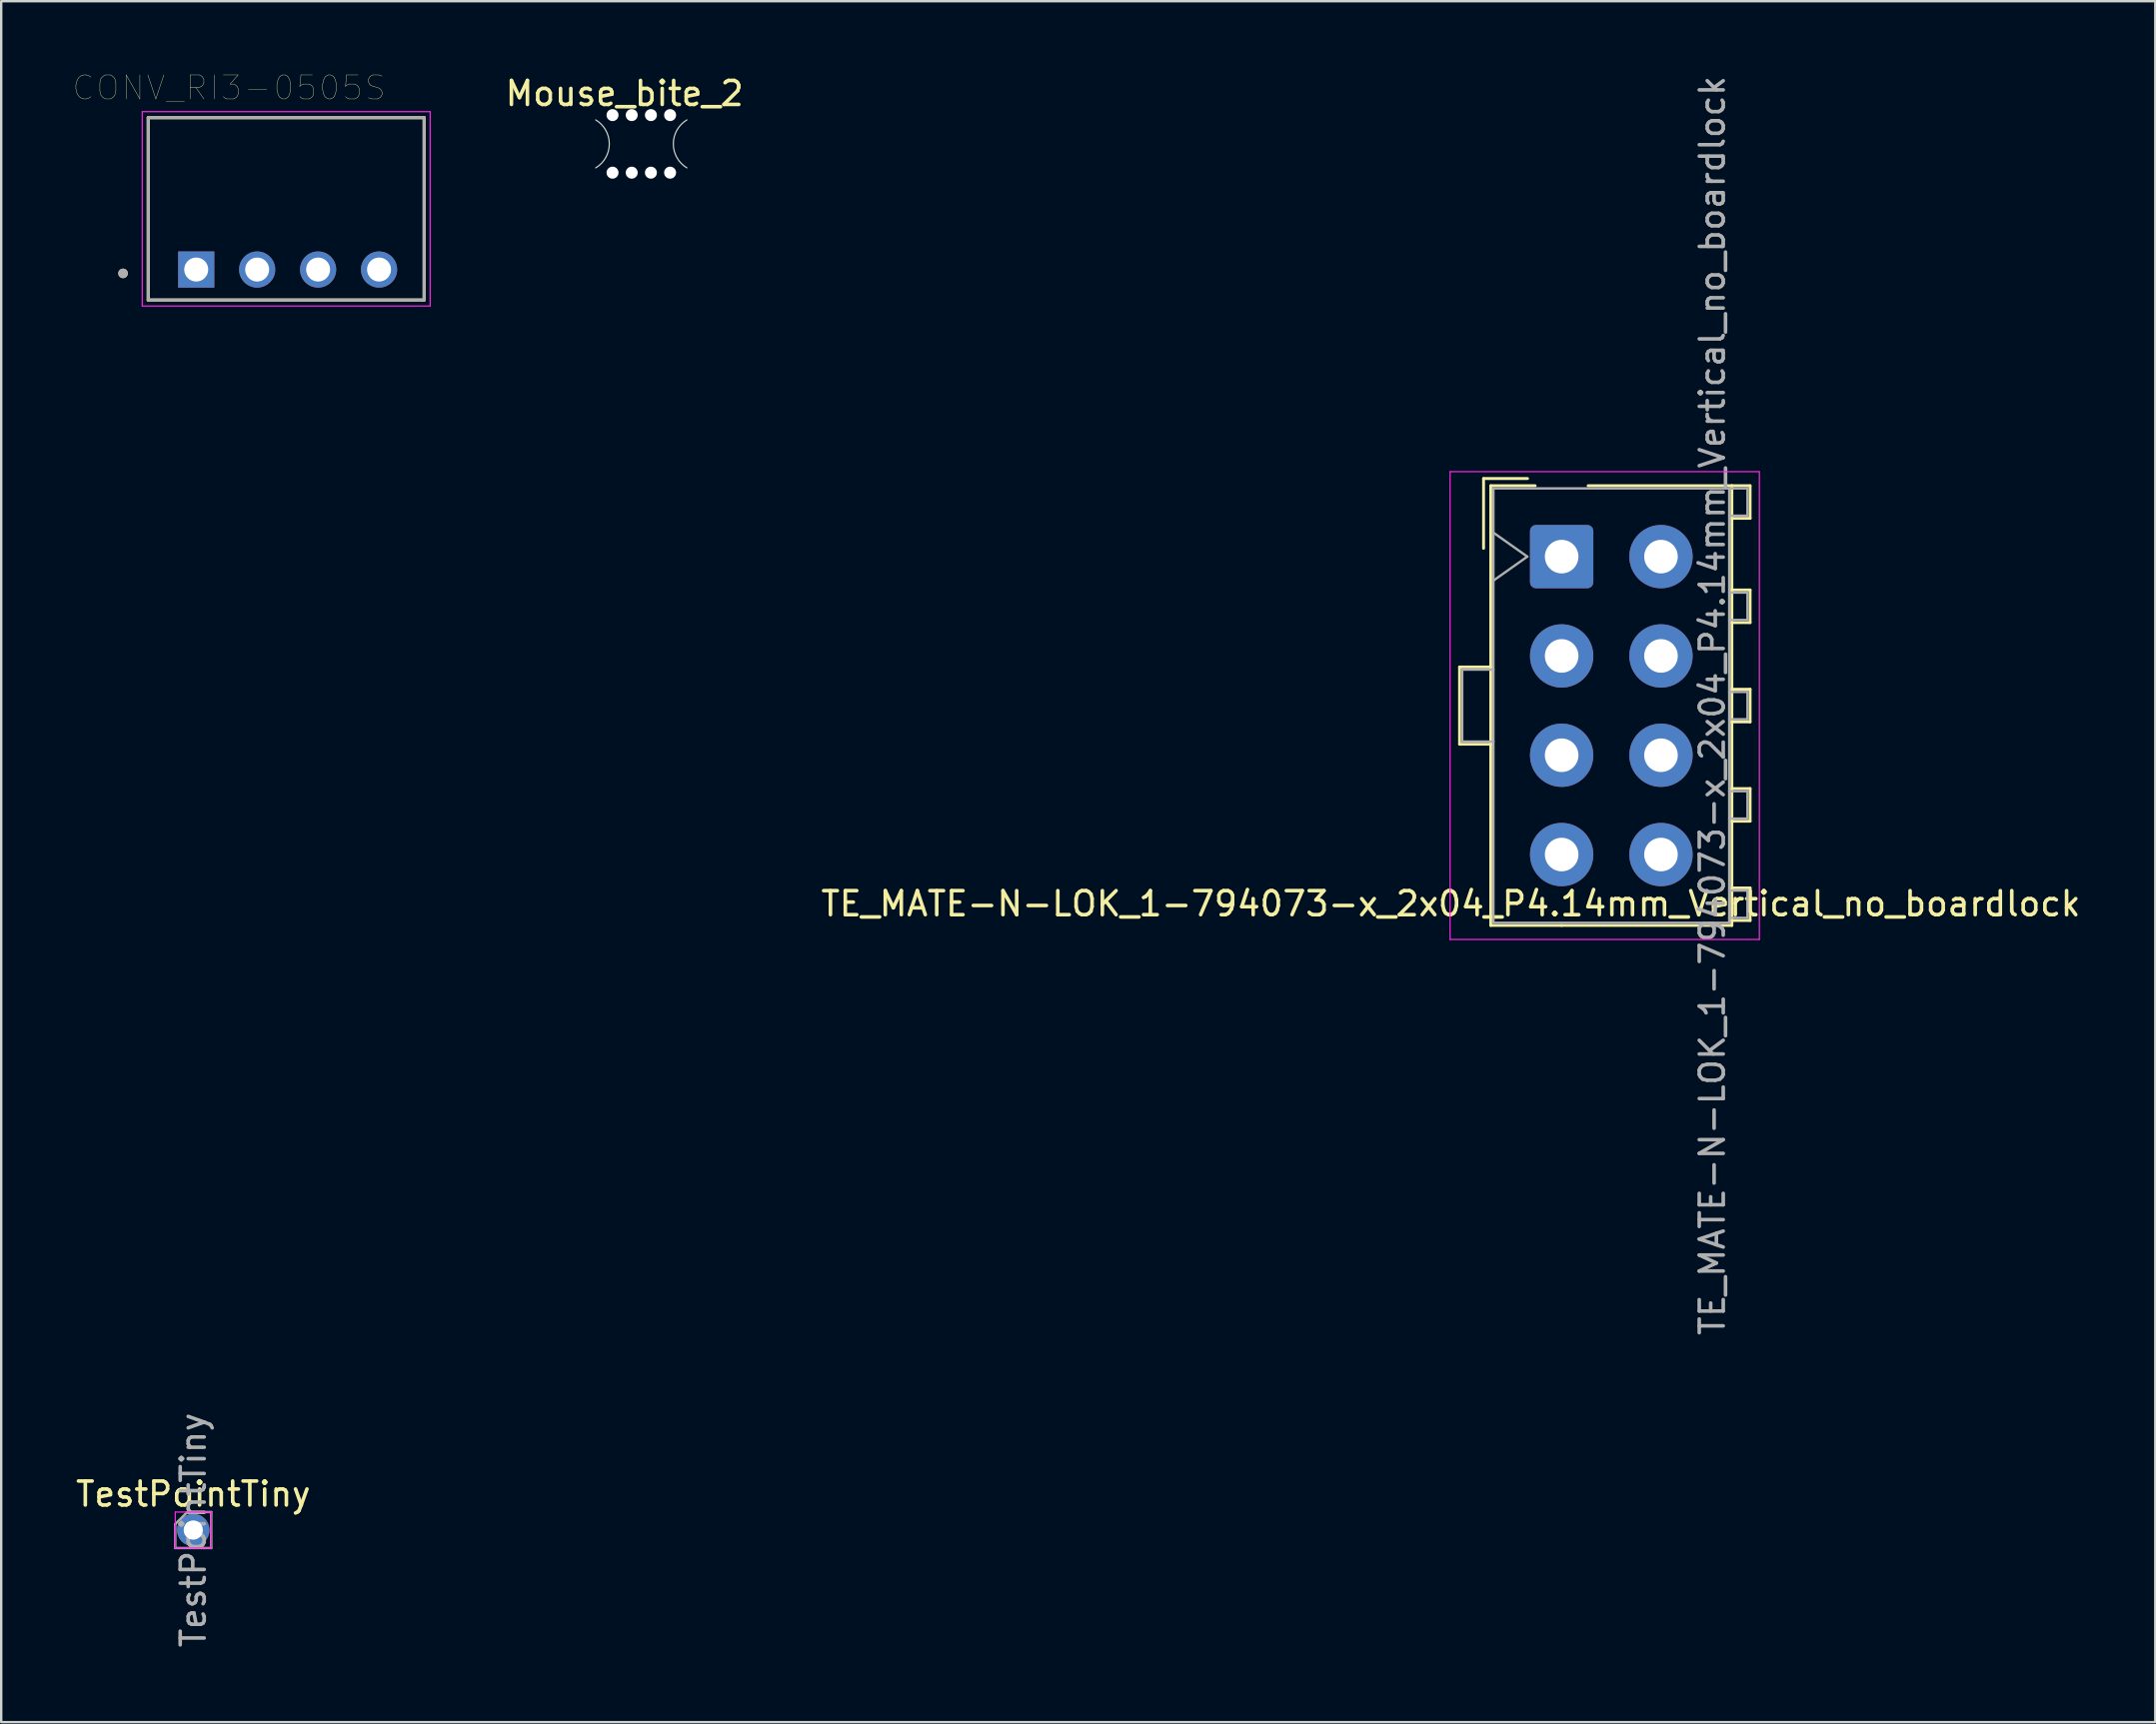
<source format=kicad_pcb>
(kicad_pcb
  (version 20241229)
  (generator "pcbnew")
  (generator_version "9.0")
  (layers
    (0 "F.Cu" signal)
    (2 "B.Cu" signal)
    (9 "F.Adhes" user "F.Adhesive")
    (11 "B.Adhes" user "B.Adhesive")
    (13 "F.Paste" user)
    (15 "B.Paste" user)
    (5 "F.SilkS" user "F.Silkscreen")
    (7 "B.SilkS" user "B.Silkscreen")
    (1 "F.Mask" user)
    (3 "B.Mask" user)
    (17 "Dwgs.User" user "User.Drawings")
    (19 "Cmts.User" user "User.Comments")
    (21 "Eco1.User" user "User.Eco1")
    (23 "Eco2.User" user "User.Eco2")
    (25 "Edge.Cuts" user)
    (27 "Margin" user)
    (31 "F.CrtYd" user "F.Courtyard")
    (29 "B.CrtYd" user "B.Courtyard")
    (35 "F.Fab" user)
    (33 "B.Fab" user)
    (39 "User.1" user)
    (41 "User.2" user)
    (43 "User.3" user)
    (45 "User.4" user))
  (footprint "Mouse_bite_2"
    (layer "F.Cu")
    (at 21.781 1.948)
    (property "Reference" "Mouse_bite_2" (at 1.2 -1.1 0) (layer "F.SilkS") (effects (font (size 1 1) (thickness 0.15))))
    (attr through_hole)
    (fp_arc (start 0 0) (mid 0.56619 1) (end 0 2) (stroke (width 0.05) (type solid)) (layer "Edge.Cuts"))
    (fp_arc (start 3.8 2) (mid 3.23381 1) (end 3.8 0) (stroke (width 0.05) (type solid)) (layer "Edge.Cuts"))
    (pad "" np_thru_hole circle (at 0.7 -0.2) (size 0.5 0.5) (drill 0.5) (layers "*.Cu" "*.Mask"))
    (pad "" np_thru_hole circle (at 0.7 2.2) (size 0.5 0.5) (drill 0.5) (layers "*.Cu" "*.Mask"))
    (pad "" np_thru_hole circle (at 1.5 -0.2) (size 0.5 0.5) (drill 0.5) (layers "*.Cu" "*.Mask"))
    (pad "" np_thru_hole circle (at 1.5 2.2) (size 0.5 0.5) (drill 0.5) (layers "*.Cu" "*.Mask"))
    (pad "" np_thru_hole circle (at 2.3 -0.2) (size 0.5 0.5) (drill 0.5) (layers "*.Cu" "*.Mask"))
    (pad "" np_thru_hole circle (at 2.3 2.2) (size 0.5 0.5) (drill 0.5) (layers "*.Cu" "*.Mask"))
    (pad "" np_thru_hole circle (at 3.1 -0.2) (size 0.5 0.5) (drill 0.5) (layers "*.Cu" "*.Mask"))
    (pad "" np_thru_hole circle (at 3.1 2.2) (size 0.5 0.5) (drill 0.5) (layers "*.Cu" "*.Mask")))
  (footprint "TestPointTiny"
    (layer "F.Cu")
    (at 5.006 60.732)
    (property "Reference" "TestPointTiny" (at 0 -1.5 0) (layer "F.SilkS") (effects (font (size 1 1) (thickness 0.15))))
    (attr through_hole)
    (fp_line (start -0.75 -0.75) (end -0.75 0.75) (stroke (width 0.05) (type solid)) (layer "F.CrtYd"))
    (fp_line (start -0.75 0.75) (end 0.75 0.75) (stroke (width 0.05) (type solid)) (layer "F.CrtYd"))
    (fp_line (start 0.75 -0.75) (end -0.75 -0.75) (stroke (width 0.05) (type solid)) (layer "F.CrtYd"))
    (fp_line (start 0.75 0.75) (end 0.75 -0.75) (stroke (width 0.05) (type solid)) (layer "F.CrtYd"))
    (fp_line (start -0.75 -0.25) (end -0.25 -0.75) (stroke (width 0.1) (type solid)) (layer "F.Fab"))
    (fp_line (start -0.75 0.75) (end -0.75 -0.25) (stroke (width 0.1) (type solid)) (layer "F.Fab"))
    (fp_line (start -0.25 -0.75) (end 0.75 -0.75) (stroke (width 0.1) (type solid)) (layer "F.Fab"))
    (fp_line (start 0.75 -0.75) (end 0.75 0.75) (stroke (width 0.1) (type solid)) (layer "F.Fab"))
    (fp_line (start 0.75 0.75) (end -0.75 0.75) (stroke (width 0.1) (type solid)) (layer "F.Fab"))
    (fp_text user "${REFERENCE}" (at 0 0 90) (layer "F.Fab") (effects (font (size 1 1) (thickness 0.15))))
    (pad "1" thru_hole oval (at 0 0) (size 1.35 1.35) (drill 0.8) (layers "*.Cu" "*.Mask")))
  (footprint "TE_MATE-N-LOK_1-794073-x_2x04_P4.14mm_Vertical_no_boardlock"
    (layer "F.Cu")
    (at 62.042 20.153)
    (property "Reference" "TE_MATE-N-LOK_1-794073-x_2x04_P4.14mm_Vertical_no_boardlock" (at -4.62 14.47 0) (layer "F.SilkS") (effects (font (size 1 1) (thickness 0.15))))
    (attr through_hole)
    (fp_line (start -4.255 4.6) (end -4.255 7.82) (stroke (width 0.12) (type solid)) (layer "F.SilkS"))
    (fp_line (start -4.255 7.82) (end -2.955 7.82) (stroke (width 0.12) (type solid)) (layer "F.SilkS"))
    (fp_line (start -3.255 -3.255) (end -3.255 -0.345) (stroke (width 0.12) (type solid)) (layer "F.SilkS"))
    (fp_line (start -2.955 -2.955) (end -2.955 15.375) (stroke (width 0.12) (type solid)) (layer "F.SilkS"))
    (fp_line (start -2.955 4.6) (end -4.255 4.6) (stroke (width 0.12) (type solid)) (layer "F.SilkS"))
    (fp_line (start -2.955 15.375) (end 0 15.375) (stroke (width 0.12) (type solid)) (layer "F.SilkS"))
    (fp_line (start -1.421 -3.255) (end -3.255 -3.255) (stroke (width 0.12) (type solid)) (layer "F.SilkS"))
    (fp_line (start -1.103 -2.955) (end -2.955 -2.955) (stroke (width 0.12) (type solid)) (layer "F.SilkS"))
    (fp_line (start 1.103 -2.955) (end 7.095 -2.955) (stroke (width 0.12) (type solid)) (layer "F.SilkS"))
    (fp_line (start 7.095 -2.955) (end 7.095 15.375) (stroke (width 0.12) (type solid)) (layer "F.SilkS"))
    (fp_line (start 7.095 -2.955) (end 7.855 -2.955) (stroke (width 0.12) (type solid)) (layer "F.SilkS"))
    (fp_line (start 7.095 1.39) (end 7.855 1.39) (stroke (width 0.12) (type solid)) (layer "F.SilkS"))
    (fp_line (start 7.095 5.53) (end 7.855 5.53) (stroke (width 0.12) (type solid)) (layer "F.SilkS"))
    (fp_line (start 7.095 9.67) (end 7.855 9.67) (stroke (width 0.12) (type solid)) (layer "F.SilkS"))
    (fp_line (start 7.095 13.81) (end 7.855 13.81) (stroke (width 0.12) (type solid)) (layer "F.SilkS"))
    (fp_line (start 7.095 15.375) (end 0 15.375) (stroke (width 0.12) (type solid)) (layer "F.SilkS"))
    (fp_line (start 7.855 -2.955) (end 7.855 -1.595) (stroke (width 0.12) (type solid)) (layer "F.SilkS"))
    (fp_line (start 7.855 -1.595) (end 7.095 -1.595) (stroke (width 0.12) (type solid)) (layer "F.SilkS"))
    (fp_line (start 7.855 1.39) (end 7.855 2.75) (stroke (width 0.12) (type solid)) (layer "F.SilkS"))
    (fp_line (start 7.855 2.75) (end 7.095 2.75) (stroke (width 0.12) (type solid)) (layer "F.SilkS"))
    (fp_line (start 7.855 5.53) (end 7.855 6.89) (stroke (width 0.12) (type solid)) (layer "F.SilkS"))
    (fp_line (start 7.855 6.89) (end 7.095 6.89) (stroke (width 0.12) (type solid)) (layer "F.SilkS"))
    (fp_line (start 7.855 9.67) (end 7.855 11.03) (stroke (width 0.12) (type solid)) (layer "F.SilkS"))
    (fp_line (start 7.855 11.03) (end 7.095 11.03) (stroke (width 0.12) (type solid)) (layer "F.SilkS"))
    (fp_line (start 7.855 13.81) (end 7.855 15.17) (stroke (width 0.12) (type solid)) (layer "F.SilkS"))
    (fp_line (start 7.855 15.17) (end 7.095 15.17) (stroke (width 0.12) (type solid)) (layer "F.SilkS"))
    (fp_line (start -4.65 -3.54) (end -4.65 15.96) (stroke (width 0.05) (type solid)) (layer "F.CrtYd"))
    (fp_line (start -4.65 15.96) (end 8.24 15.96) (stroke (width 0.05) (type solid)) (layer "F.CrtYd"))
    (fp_line (start 8.24 -3.54) (end -4.65 -3.54) (stroke (width 0.05) (type solid)) (layer "F.CrtYd"))
    (fp_line (start 8.24 15.96) (end 8.24 -3.54) (stroke (width 0.05) (type solid)) (layer "F.CrtYd"))
    (fp_line (start -4.145 4.71) (end -4.145 7.71) (stroke (width 0.1) (type solid)) (layer "F.Fab"))
    (fp_line (start -4.145 7.71) (end -2.845 7.71) (stroke (width 0.1) (type solid)) (layer "F.Fab"))
    (fp_line (start -2.845 -2.845) (end -2.845 15.265) (stroke (width 0.1) (type solid)) (layer "F.Fab"))
    (fp_line (start -2.845 -1) (end -1.431 0) (stroke (width 0.1) (type solid)) (layer "F.Fab"))
    (fp_line (start -2.845 4.71) (end -4.145 4.71) (stroke (width 0.1) (type solid)) (layer "F.Fab"))
    (fp_line (start -2.845 15.265) (end 6.985 15.265) (stroke (width 0.1) (type solid)) (layer "F.Fab"))
    (fp_line (start -1.431 0) (end -2.845 1) (stroke (width 0.1) (type solid)) (layer "F.Fab"))
    (fp_line (start 6.985 -2.845) (end -2.845 -2.845) (stroke (width 0.1) (type solid)) (layer "F.Fab"))
    (fp_line (start 6.985 -2.845) (end 7.745 -2.845) (stroke (width 0.1) (type solid)) (layer "F.Fab"))
    (fp_line (start 6.985 1.5) (end 7.745 1.5) (stroke (width 0.1) (type solid)) (layer "F.Fab"))
    (fp_line (start 6.985 5.64) (end 7.745 5.64) (stroke (width 0.1) (type solid)) (layer "F.Fab"))
    (fp_line (start 6.985 9.78) (end 7.745 9.78) (stroke (width 0.1) (type solid)) (layer "F.Fab"))
    (fp_line (start 6.985 13.92) (end 7.745 13.92) (stroke (width 0.1) (type solid)) (layer "F.Fab"))
    (fp_line (start 6.985 15.265) (end 6.985 -2.845) (stroke (width 0.1) (type solid)) (layer "F.Fab"))
    (fp_line (start 7.745 -2.845) (end 7.745 -1.705) (stroke (width 0.1) (type solid)) (layer "F.Fab"))
    (fp_line (start 7.745 -1.705) (end 6.985 -1.705) (stroke (width 0.1) (type solid)) (layer "F.Fab"))
    (fp_line (start 7.745 1.5) (end 7.745 2.64) (stroke (width 0.1) (type solid)) (layer "F.Fab"))
    (fp_line (start 7.745 2.64) (end 6.985 2.64) (stroke (width 0.1) (type solid)) (layer "F.Fab"))
    (fp_line (start 7.745 5.64) (end 7.745 6.78) (stroke (width 0.1) (type solid)) (layer "F.Fab"))
    (fp_line (start 7.745 6.78) (end 6.985 6.78) (stroke (width 0.1) (type solid)) (layer "F.Fab"))
    (fp_line (start 7.745 9.78) (end 7.745 10.92) (stroke (width 0.1) (type solid)) (layer "F.Fab"))
    (fp_line (start 7.745 10.92) (end 6.985 10.92) (stroke (width 0.1) (type solid)) (layer "F.Fab"))
    (fp_line (start 7.745 13.92) (end 7.745 15.06) (stroke (width 0.1) (type solid)) (layer "F.Fab"))
    (fp_line (start 7.745 15.06) (end 6.985 15.06) (stroke (width 0.1) (type solid)) (layer "F.Fab"))
    (fp_text user "${REFERENCE}" (at 6.28 6.21 90) (layer "F.Fab") (effects (font (size 1 1) (thickness 0.15))))
    (pad "1" thru_hole roundrect (at 0 0) (size 2.64 2.64) (drill 1.4) (layers "*.Cu" "*.Mask") (roundrect_rratio 0.095))
    (pad "2" thru_hole circle (at 0 4.14) (size 2.64 2.64) (drill 1.4) (layers "*.Cu" "*.Mask"))
    (pad "3" thru_hole circle (at 0 8.28) (size 2.64 2.64) (drill 1.4) (layers "*.Cu" "*.Mask"))
    (pad "4" thru_hole circle (at 0 12.42) (size 2.64 2.64) (drill 1.4) (layers "*.Cu" "*.Mask"))
    (pad "5" thru_hole circle (at 4.14 0) (size 2.64 2.64) (drill 1.4) (layers "*.Cu" "*.Mask"))
    (pad "6" thru_hole circle (at 4.14 4.14) (size 2.64 2.64) (drill 1.4) (layers "*.Cu" "*.Mask"))
    (pad "7" thru_hole circle (at 4.14 8.28) (size 2.64 2.64) (drill 1.4) (layers "*.Cu" "*.Mask"))
    (pad "8" thru_hole circle (at 4.14 12.42) (size 2.64 2.64) (drill 1.4) (layers "*.Cu" "*.Mask")))
  (footprint "CONV_RI3-0505S"
    (layer "F.Cu")
    (at 8.879 5.656)
    (property "Reference" "CONV_RI3-0505S" (at -2.385 -5.045 0) (layer "F.SilkS") (effects (font (size 1 1) (thickness 0.015))))
    (attr through_hole)
    (fp_line (start -5.75 -3.8) (end -5.75 3.8) (stroke (width 0.127) (type solid)) (layer "F.SilkS"))
    (fp_line (start -5.75 3.8) (end 5.75 3.8) (stroke (width 0.127) (type solid)) (layer "F.SilkS"))
    (fp_line (start 5.75 -3.8) (end -5.75 -3.8) (stroke (width 0.127) (type solid)) (layer "F.SilkS"))
    (fp_line (start 5.75 3.8) (end 5.75 -3.8) (stroke (width 0.127) (type solid)) (layer "F.SilkS"))
    (fp_circle (center -6.8 2.69) (end -6.7 2.69) (stroke (width 0.2) (type solid)) (fill no) (layer "F.SilkS"))
    (fp_line (start -6 -4.05) (end -6 4.05) (stroke (width 0.05) (type solid)) (layer "F.CrtYd"))
    (fp_line (start -6 4.05) (end 6 4.05) (stroke (width 0.05) (type solid)) (layer "F.CrtYd"))
    (fp_line (start 6 -4.05) (end -6 -4.05) (stroke (width 0.05) (type solid)) (layer "F.CrtYd"))
    (fp_line (start 6 4.05) (end 6 -4.05) (stroke (width 0.05) (type solid)) (layer "F.CrtYd"))
    (fp_line (start -5.75 -3.8) (end -5.75 3.8) (stroke (width 0.127) (type solid)) (layer "F.Fab"))
    (fp_line (start -5.75 3.8) (end 5.75 3.8) (stroke (width 0.127) (type solid)) (layer "F.Fab"))
    (fp_line (start 5.75 -3.8) (end -5.75 -3.8) (stroke (width 0.127) (type solid)) (layer "F.Fab"))
    (fp_line (start 5.75 3.8) (end 5.75 -3.8) (stroke (width 0.127) (type solid)) (layer "F.Fab"))
    (fp_circle (center -6.8 2.69) (end -6.7 2.69) (stroke (width 0.2) (type solid)) (fill no) (layer "F.Fab"))
    (pad "1" thru_hole rect (at -3.75 2.53) (size 1.508 1.508) (drill 1) (layers "*.Cu" "*.Mask"))
    (pad "2" thru_hole circle (at -1.21 2.53) (size 1.508 1.508) (drill 1) (layers "*.Cu" "*.Mask"))
    (pad "3" thru_hole circle (at 1.33 2.53) (size 1.508 1.508) (drill 1) (layers "*.Cu" "*.Mask"))
    (pad "4" thru_hole circle (at 3.87 2.53) (size 1.508 1.508) (drill 1) (layers "*.Cu" "*.Mask")))
  (gr_rect
    (start -3 -3)
    (end 86.785 68.738)
    (stroke (width 0.1) (type default))
    (fill no)
    (layer "Edge.Cuts")))
</source>
